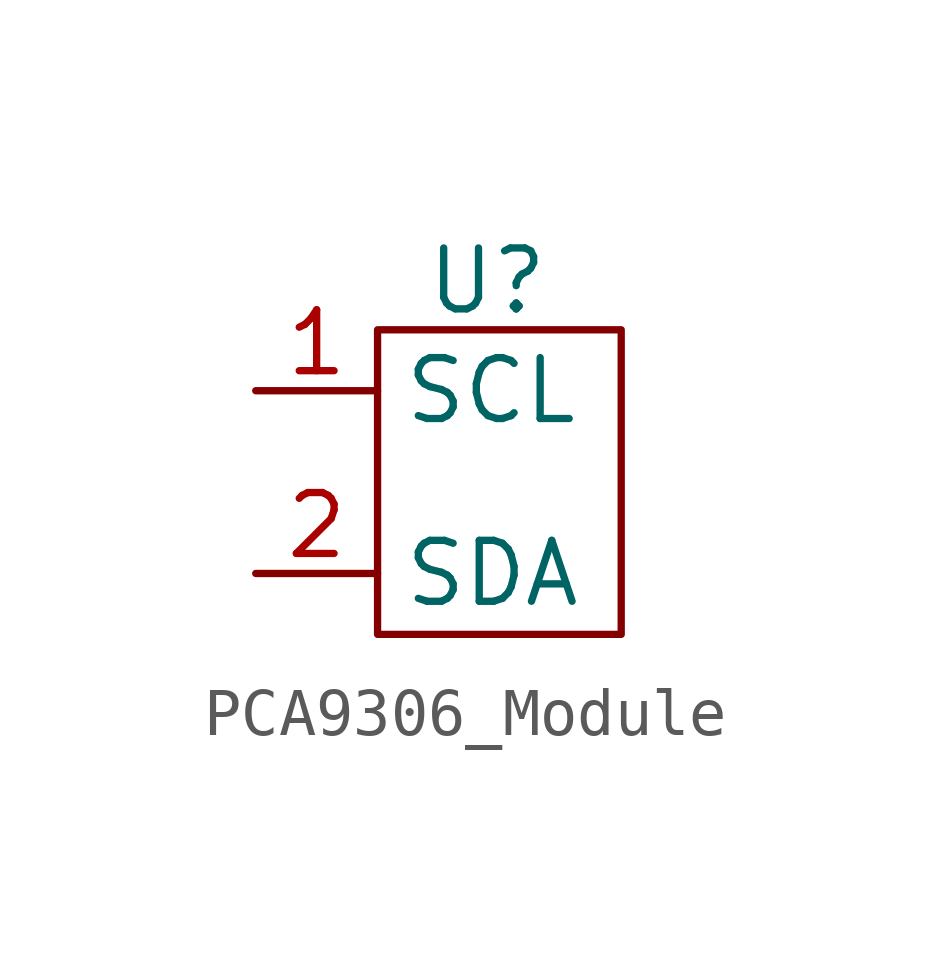
<source format=kicad_sym>
(kicad_symbol_lib
  (version 20241209)
  (generator "kicad_symbol_editor")
  (generator_version "9.0")
  (symbol "PCA9306_Module"
    (property "Reference" "U"
      (at -4.064 2.286 0)
      (effects (font (size 1.27 1.27))))
    (property "Value" ""
      (at 0 0 0)
      (effects (font (size 1.27 1.27))))
    (symbol "PCA9306_Module_0_1"
      (rectangle (start -6.35 1.27) (end -1.27 -5.08) (stroke (width 0) (type default)) (fill (type none))))
    (symbol "PCA9306_Module_1_1"
      (pin bidirectional line (at -8.89 0 0) (length 2.54) (name "SCL" (effects (font (size 1.27 1.27)))) (number "1" (effects (font (size 1.27 1.27)))))
      (pin bidirectional line (at -8.89 -3.81 0) (length 2.54) (name "SDA" (effects (font (size 1.27 1.27)))) (number "2" (effects (font (size 1.27 1.27))))))))
</source>
